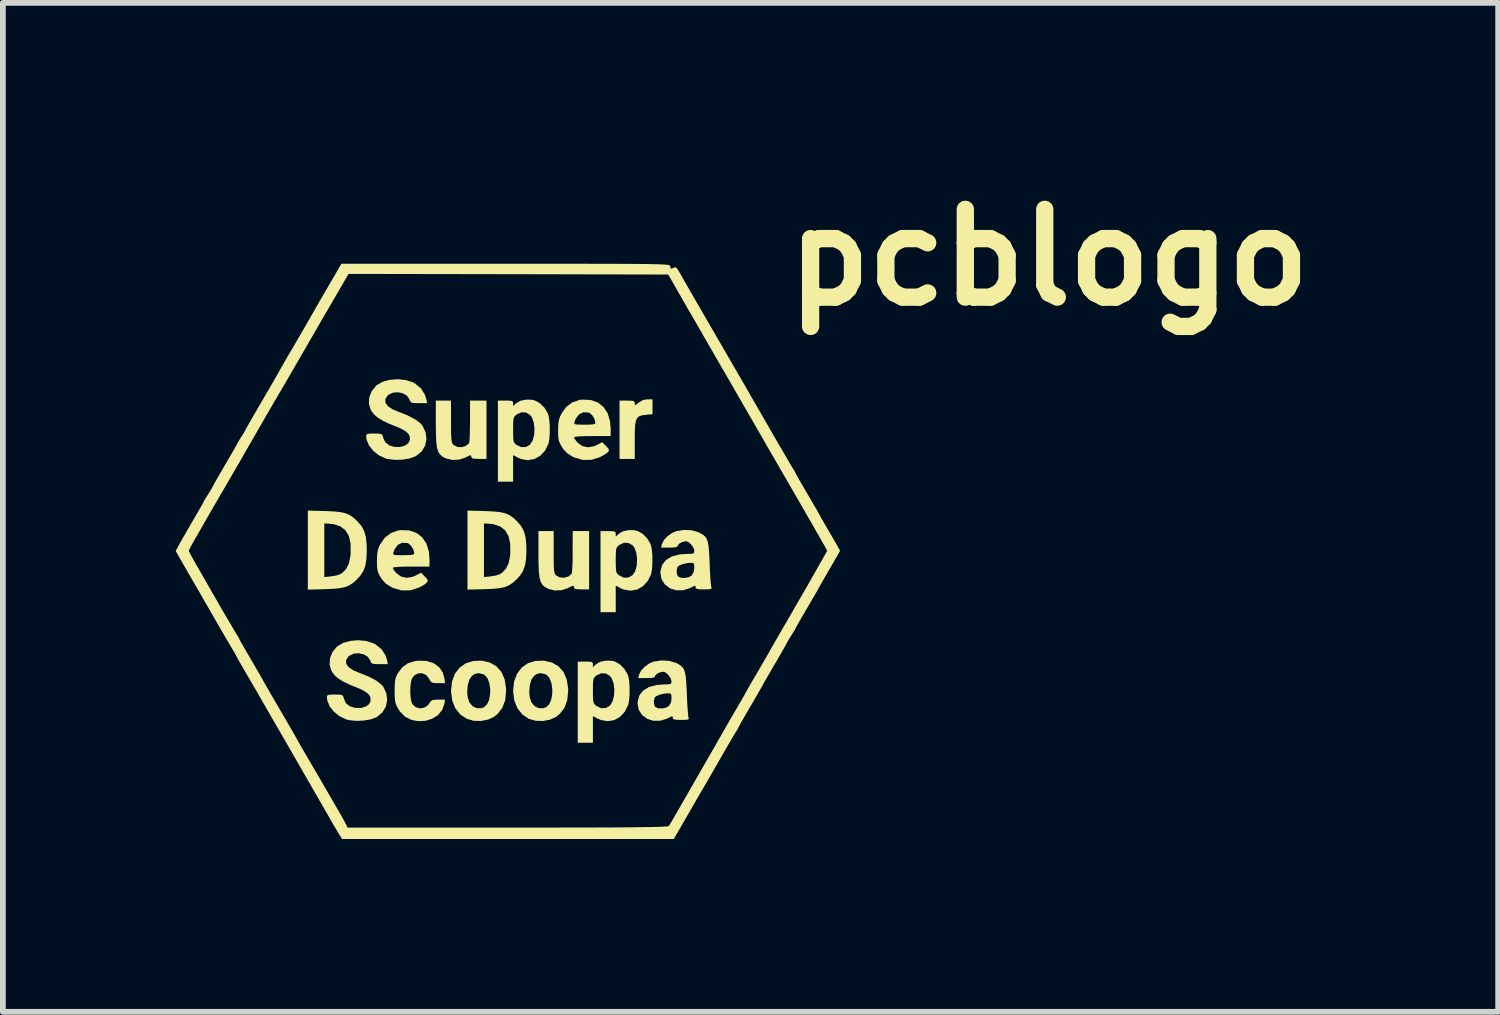
<source format=kicad_pcb>
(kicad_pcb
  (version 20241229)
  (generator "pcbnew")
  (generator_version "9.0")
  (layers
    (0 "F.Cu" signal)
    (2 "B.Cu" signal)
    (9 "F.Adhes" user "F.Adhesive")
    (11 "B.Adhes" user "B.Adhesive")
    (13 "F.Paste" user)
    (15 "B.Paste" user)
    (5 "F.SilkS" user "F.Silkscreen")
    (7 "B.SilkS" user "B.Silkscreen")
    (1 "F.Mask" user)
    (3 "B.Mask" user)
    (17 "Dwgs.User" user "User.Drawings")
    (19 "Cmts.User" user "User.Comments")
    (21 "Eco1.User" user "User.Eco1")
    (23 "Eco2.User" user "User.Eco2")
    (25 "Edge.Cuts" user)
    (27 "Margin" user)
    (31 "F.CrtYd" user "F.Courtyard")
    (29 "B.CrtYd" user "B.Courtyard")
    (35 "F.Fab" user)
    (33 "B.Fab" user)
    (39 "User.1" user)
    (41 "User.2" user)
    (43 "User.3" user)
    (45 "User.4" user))
  (footprint "pcblogo"
    (layer "F.Cu")
    (at 5.746 6.498)
    (property "Reference" "pcblogo" (at 9.41 -5.08 0) (layer "F.SilkS") (effects (font (size 1.524 1.524) (thickness 0.3))))
    (attr board_only exclude_from_pos_files exclude_from_bom)
    (fp_poly (pts (xy 2.529 -2.359) (xy 2.415 -2.348) (xy 2.347 -2.339) (xy 2.298 -2.323) (xy 2.263 -2.293) (xy 2.241 -2.245) (xy 2.228 -2.171) (xy 2.222 -2.065) (xy 2.221 -1.922) (xy 2.221 -1.911) (xy 2.221 -1.583) (xy 1.957 -1.583) (xy 1.957 -2.595) (xy 2.089 -2.595) (xy 2.163 -2.593) (xy 2.202 -2.587) (xy 2.218 -2.571) (xy 2.221 -2.549) (xy 2.223 -2.522) (xy 2.236 -2.52) (xy 2.27 -2.544) (xy 2.289 -2.56) (xy 2.37 -2.607) (xy 2.443 -2.617) (xy 2.529 -2.617)) (stroke (width 0) (type solid)) (fill yes) (layer "F.SilkS"))
    (fp_poly (pts (xy -3.15 -0.678) (xy -3.001 -0.671) (xy -2.886 -0.659) (xy -2.797 -0.639) (xy -2.723 -0.606) (xy -2.657 -0.56) (xy -2.594 -0.501) (xy -2.523 -0.419) (xy -2.475 -0.33) (xy -2.445 -0.225) (xy -2.432 -0.093) (xy -2.43 0) (xy -2.436 0.152) (xy -2.455 0.271) (xy -2.492 0.368) (xy -2.55 0.453) (xy -2.594 0.501) (xy -2.662 0.564) (xy -2.729 0.609) (xy -2.803 0.641) (xy -2.894 0.66) (xy -3.011 0.672) (xy -3.15 0.678) (xy -3.453 0.686) (xy -3.453 -0.462) (xy -3.167 -0.462) (xy -3.167 0.468) (xy -3.042 0.455) (xy -2.957 0.44) (xy -2.885 0.415) (xy -2.86 0.4) (xy -2.788 0.327) (xy -2.74 0.231) (xy -2.714 0.105) (xy -2.71 0.053) (xy -2.711 -0.113) (xy -2.741 -0.244) (xy -2.8 -0.344) (xy -2.888 -0.412) (xy -3.007 -0.451) (xy -3.117 -0.461) (xy -3.167 -0.462) (xy -3.453 -0.462) (xy -3.453 -0.686)) (stroke (width 0) (type solid)) (fill yes) (layer "F.SilkS"))
    (fp_poly (pts (xy -0.968 -2.232) (xy -0.967 -2.097) (xy -0.966 -1.998) (xy -0.962 -1.93) (xy -0.955 -1.884) (xy -0.945 -1.854) (xy -0.931 -1.833) (xy -0.924 -1.825) (xy -0.861 -1.791) (xy -0.785 -1.786) (xy -0.71 -1.808) (xy -0.655 -1.855) (xy -0.655 -1.856) (xy -0.649 -1.885) (xy -0.644 -1.951) (xy -0.641 -2.044) (xy -0.639 -2.157) (xy -0.638 -2.238) (xy -0.638 -2.595) (xy -0.352 -2.595) (xy -0.352 -1.583) (xy -0.484 -1.583) (xy -0.56 -1.586) (xy -0.602 -1.595) (xy -0.615 -1.612) (xy -0.616 -1.616) (xy -0.619 -1.641) (xy -0.633 -1.646) (xy -0.669 -1.632) (xy -0.72 -1.605) (xy -0.827 -1.57) (xy -0.945 -1.565) (xy -1.055 -1.591) (xy -1.076 -1.6) (xy -1.126 -1.63) (xy -1.164 -1.666) (xy -1.192 -1.714) (xy -1.211 -1.78) (xy -1.223 -1.87) (xy -1.229 -1.99) (xy -1.231 -2.146) (xy -1.232 -2.193) (xy -1.232 -2.595) (xy -0.968 -2.595)) (stroke (width 0) (type solid)) (fill yes) (layer "F.SilkS"))
    (fp_poly (pts (xy -0.379 -0.678) (xy -0.23 -0.671) (xy -0.115 -0.659) (xy -0.026 -0.639) (xy 0.048 -0.606) (xy 0.114 -0.56) (xy 0.177 -0.501) (xy 0.248 -0.419) (xy 0.296 -0.33) (xy 0.326 -0.225) (xy 0.339 -0.093) (xy 0.341 0) (xy 0.335 0.152) (xy 0.315 0.271) (xy 0.279 0.368) (xy 0.221 0.453) (xy 0.177 0.501) (xy 0.109 0.564) (xy 0.042 0.609) (xy -0.032 0.641) (xy -0.123 0.66) (xy -0.24 0.672) (xy -0.379 0.678) (xy -0.682 0.686) (xy -0.682 -0.462) (xy -0.396 -0.462) (xy -0.396 0.468) (xy -0.271 0.455) (xy -0.186 0.44) (xy -0.115 0.415) (xy -0.089 0.4) (xy -0.017 0.327) (xy 0.031 0.231) (xy 0.057 0.105) (xy 0.061 0.053) (xy 0.059 -0.113) (xy 0.03 -0.244) (xy -0.029 -0.344) (xy -0.117 -0.412) (xy -0.237 -0.451) (xy -0.346 -0.461) (xy -0.396 -0.462) (xy -0.682 -0.462) (xy -0.682 -0.686)) (stroke (width 0) (type solid)) (fill yes) (layer "F.SilkS"))
    (fp_poly (pts (xy 0.814 0.033) (xy 0.814 0.168) (xy 0.816 0.267) (xy 0.819 0.335) (xy 0.826 0.381) (xy 0.836 0.411) (xy 0.85 0.432) (xy 0.858 0.44) (xy 0.92 0.474) (xy 0.996 0.479) (xy 1.071 0.457) (xy 1.126 0.41) (xy 1.127 0.409) (xy 1.132 0.38) (xy 1.137 0.315) (xy 1.141 0.221) (xy 1.143 0.108) (xy 1.143 0.027) (xy 1.144 -0.33) (xy 1.429 -0.33) (xy 1.429 0.682) (xy 1.297 0.682) (xy 1.221 0.679) (xy 1.18 0.67) (xy 1.166 0.653) (xy 1.166 0.649) (xy 1.163 0.624) (xy 1.148 0.619) (xy 1.112 0.633) (xy 1.061 0.66) (xy 0.954 0.695) (xy 0.836 0.701) (xy 0.726 0.675) (xy 0.706 0.665) (xy 0.655 0.635) (xy 0.617 0.599) (xy 0.589 0.551) (xy 0.57 0.485) (xy 0.558 0.395) (xy 0.552 0.275) (xy 0.55 0.119) (xy 0.55 0.072) (xy 0.55 -0.33) (xy 0.814 -0.33)) (stroke (width 0) (type solid)) (fill yes) (layer "F.SilkS"))
    (fp_poly (pts (xy -0.295 1.951) (xy -0.18 2.017) (xy -0.093 2.115) (xy -0.037 2.243) (xy -0.013 2.399) (xy -0.012 2.441) (xy -0.027 2.602) (xy -0.075 2.734) (xy -0.156 2.841) (xy -0.217 2.891) (xy -0.323 2.942) (xy -0.449 2.966) (xy -0.578 2.962) (xy -0.694 2.928) (xy -0.694 2.928) (xy -0.808 2.852) (xy -0.894 2.744) (xy -0.947 2.61) (xy -0.967 2.458) (xy -0.687 2.458) (xy -0.68 2.549) (xy -0.65 2.642) (xy -0.595 2.708) (xy -0.522 2.744) (xy -0.441 2.744) (xy -0.393 2.725) (xy -0.341 2.675) (xy -0.306 2.597) (xy -0.289 2.502) (xy -0.288 2.401) (xy -0.304 2.304) (xy -0.336 2.222) (xy -0.384 2.167) (xy -0.407 2.155) (xy -0.489 2.135) (xy -0.554 2.148) (xy -0.604 2.183) (xy -0.649 2.247) (xy -0.678 2.343) (xy -0.687 2.458) (xy -0.967 2.458) (xy -0.968 2.453) (xy -0.968 2.441) (xy -0.95 2.281) (xy -0.9 2.146) (xy -0.819 2.04) (xy -0.712 1.964) (xy -0.581 1.924) (xy -0.436 1.919)) (stroke (width 0) (type solid)) (fill yes) (layer "F.SilkS"))
    (fp_poly (pts (xy 0.783 1.951) (xy 0.898 2.017) (xy 0.984 2.115) (xy 1.04 2.243) (xy 1.065 2.399) (xy 1.066 2.441) (xy 1.05 2.602) (xy 1.003 2.734) (xy 0.921 2.841) (xy 0.861 2.891) (xy 0.755 2.942) (xy 0.629 2.966) (xy 0.5 2.962) (xy 0.383 2.928) (xy 0.383 2.928) (xy 0.269 2.852) (xy 0.184 2.744) (xy 0.13 2.61) (xy 0.111 2.458) (xy 0.39 2.458) (xy 0.397 2.549) (xy 0.427 2.642) (xy 0.483 2.708) (xy 0.555 2.744) (xy 0.637 2.744) (xy 0.685 2.725) (xy 0.737 2.675) (xy 0.771 2.597) (xy 0.789 2.502) (xy 0.789 2.401) (xy 0.774 2.304) (xy 0.741 2.222) (xy 0.693 2.167) (xy 0.67 2.155) (xy 0.589 2.135) (xy 0.523 2.148) (xy 0.473 2.183) (xy 0.428 2.247) (xy 0.4 2.343) (xy 0.39 2.458) (xy 0.111 2.458) (xy 0.11 2.453) (xy 0.11 2.441) (xy 0.127 2.281) (xy 0.178 2.146) (xy 0.258 2.04) (xy 0.366 1.964) (xy 0.496 1.924) (xy 0.641 1.919)) (stroke (width 0) (type solid)) (fill yes) (layer "F.SilkS"))
    (fp_poly (pts (xy -1.39 1.925) (xy -1.27 1.963) (xy -1.175 2.031) (xy -1.111 2.125) (xy -1.083 2.222) (xy -1.072 2.309) (xy -1.192 2.309) (xy -1.262 2.307) (xy -1.302 2.297) (xy -1.327 2.272) (xy -1.348 2.233) (xy -1.398 2.169) (xy -1.466 2.138) (xy -1.538 2.139) (xy -1.604 2.174) (xy -1.646 2.229) (xy -1.664 2.294) (xy -1.674 2.383) (xy -1.675 2.482) (xy -1.667 2.575) (xy -1.651 2.648) (xy -1.64 2.673) (xy -1.582 2.726) (xy -1.508 2.747) (xy -1.433 2.735) (xy -1.368 2.691) (xy -1.345 2.66) (xy -1.32 2.622) (xy -1.288 2.603) (xy -1.236 2.596) (xy -1.19 2.595) (xy -1.072 2.595) (xy -1.084 2.672) (xy -1.122 2.776) (xy -1.193 2.862) (xy -1.291 2.925) (xy -1.408 2.962) (xy -1.535 2.969) (xy -1.651 2.948) (xy -1.762 2.894) (xy -1.851 2.805) (xy -1.887 2.751) (xy -1.915 2.698) (xy -1.933 2.649) (xy -1.942 2.59) (xy -1.946 2.508) (xy -1.946 2.441) (xy -1.945 2.339) (xy -1.939 2.268) (xy -1.927 2.214) (xy -1.906 2.165) (xy -1.886 2.13) (xy -1.809 2.029) (xy -1.714 1.963) (xy -1.592 1.926) (xy -1.529 1.919)) (stroke (width 0) (type solid)) (fill yes) (layer "F.SilkS"))
    (fp_poly (pts (xy 0.432 -2.61) (xy 0.491 -2.596) (xy 0.577 -2.548) (xy 0.654 -2.471) (xy 0.71 -2.377) (xy 0.724 -2.337) (xy 0.739 -2.256) (xy 0.746 -2.151) (xy 0.746 -2.039) (xy 0.739 -1.935) (xy 0.726 -1.856) (xy 0.723 -1.845) (xy 0.664 -1.726) (xy 0.58 -1.637) (xy 0.479 -1.581) (xy 0.367 -1.561) (xy 0.251 -1.58) (xy 0.192 -1.605) (xy 0.11 -1.649) (xy 0.11 -1.188) (xy -0.154 -1.188) (xy -0.154 -2.089) (xy 0.11 -2.089) (xy 0.111 -1.989) (xy 0.114 -1.923) (xy 0.122 -1.882) (xy 0.137 -1.854) (xy 0.162 -1.832) (xy 0.168 -1.827) (xy 0.248 -1.788) (xy 0.329 -1.788) (xy 0.401 -1.829) (xy 0.406 -1.834) (xy 0.45 -1.905) (xy 0.475 -2.001) (xy 0.481 -2.109) (xy 0.468 -2.215) (xy 0.436 -2.304) (xy 0.406 -2.345) (xy 0.335 -2.388) (xy 0.254 -2.392) (xy 0.174 -2.356) (xy 0.168 -2.351) (xy 0.141 -2.328) (xy 0.124 -2.302) (xy 0.115 -2.264) (xy 0.111 -2.204) (xy 0.11 -2.111) (xy 0.11 -2.089) (xy -0.154 -2.089) (xy -0.154 -2.595) (xy -0.022 -2.595) (xy 0.051 -2.594) (xy 0.091 -2.587) (xy 0.107 -2.571) (xy 0.11 -2.547) (xy 0.11 -2.499) (xy 0.164 -2.55) (xy 0.235 -2.591) (xy 0.33 -2.612)) (stroke (width 0) (type solid)) (fill yes) (layer "F.SilkS"))
    (fp_poly (pts (xy 1.818 1.92) (xy 1.877 1.934) (xy 1.962 1.982) (xy 2.039 2.06) (xy 2.096 2.153) (xy 2.11 2.193) (xy 2.124 2.274) (xy 2.131 2.379) (xy 2.131 2.491) (xy 2.125 2.595) (xy 2.111 2.674) (xy 2.108 2.685) (xy 2.049 2.804) (xy 1.966 2.894) (xy 1.865 2.95) (xy 1.753 2.97) (xy 1.636 2.95) (xy 1.578 2.925) (xy 1.495 2.881) (xy 1.495 3.343) (xy 1.232 3.343) (xy 1.232 2.441) (xy 1.495 2.441) (xy 1.496 2.541) (xy 1.499 2.607) (xy 1.508 2.648) (xy 1.523 2.676) (xy 1.548 2.699) (xy 1.553 2.703) (xy 1.633 2.743) (xy 1.714 2.742) (xy 1.787 2.702) (xy 1.792 2.697) (xy 1.836 2.626) (xy 1.861 2.529) (xy 1.867 2.421) (xy 1.854 2.315) (xy 1.822 2.227) (xy 1.792 2.185) (xy 1.72 2.142) (xy 1.639 2.138) (xy 1.559 2.174) (xy 1.553 2.179) (xy 1.527 2.202) (xy 1.51 2.228) (xy 1.5 2.266) (xy 1.496 2.326) (xy 1.495 2.419) (xy 1.495 2.441) (xy 1.232 2.441) (xy 1.232 1.935) (xy 1.363 1.935) (xy 1.437 1.937) (xy 1.477 1.943) (xy 1.493 1.959) (xy 1.495 1.983) (xy 1.495 2.031) (xy 1.549 1.981) (xy 1.62 1.939) (xy 1.715 1.918)) (stroke (width 0) (type solid)) (fill yes) (layer "F.SilkS"))
    (fp_poly (pts (xy 2.213 -0.345) (xy 2.272 -0.331) (xy 2.358 -0.283) (xy 2.435 -0.206) (xy 2.492 -0.112) (xy 2.506 -0.072) (xy 2.52 0.009) (xy 2.527 0.114) (xy 2.527 0.226) (xy 2.521 0.33) (xy 2.507 0.409) (xy 2.504 0.42) (xy 2.445 0.539) (xy 2.362 0.628) (xy 2.261 0.685) (xy 2.148 0.704) (xy 2.032 0.685) (xy 1.973 0.66) (xy 1.891 0.616) (xy 1.891 1.078) (xy 1.627 1.078) (xy 1.627 0.176) (xy 1.891 0.176) (xy 1.892 0.276) (xy 1.895 0.342) (xy 1.903 0.383) (xy 1.919 0.411) (xy 1.943 0.434) (xy 1.949 0.438) (xy 2.029 0.478) (xy 2.11 0.477) (xy 2.182 0.436) (xy 2.187 0.432) (xy 2.231 0.361) (xy 2.256 0.264) (xy 2.262 0.156) (xy 2.249 0.05) (xy 2.217 -0.039) (xy 2.187 -0.08) (xy 2.116 -0.123) (xy 2.035 -0.127) (xy 1.955 -0.091) (xy 1.949 -0.086) (xy 1.923 -0.063) (xy 1.906 -0.037) (xy 1.896 0.001) (xy 1.892 0.061) (xy 1.891 0.154) (xy 1.891 0.176) (xy 1.627 0.176) (xy 1.627 -0.33) (xy 1.759 -0.33) (xy 1.833 -0.328) (xy 1.872 -0.322) (xy 1.888 -0.306) (xy 1.891 -0.282) (xy 1.891 -0.234) (xy 1.945 -0.285) (xy 2.016 -0.326) (xy 2.111 -0.347)) (stroke (width 0) (type solid)) (fill yes) (layer "F.SilkS"))
    (fp_poly (pts (xy -1.69 -0.341) (xy -1.566 -0.298) (xy -1.467 -0.221) (xy -1.395 -0.112) (xy -1.352 0.026) (xy -1.341 0.157) (xy -1.341 0.286) (xy -1.66 0.286) (xy -1.789 0.287) (xy -1.888 0.291) (xy -1.953 0.298) (xy -1.979 0.306) (xy -1.979 0.308) (xy -1.966 0.336) (xy -1.932 0.382) (xy -1.919 0.397) (xy -1.837 0.458) (xy -1.739 0.481) (xy -1.633 0.464) (xy -1.581 0.441) (xy -1.488 0.393) (xy -1.422 0.459) (xy -1.382 0.503) (xy -1.371 0.532) (xy -1.384 0.559) (xy -1.387 0.563) (xy -1.424 0.594) (xy -1.486 0.631) (xy -1.528 0.652) (xy -1.675 0.698) (xy -1.824 0.7) (xy -1.97 0.658) (xy -2.003 0.643) (xy -2.094 0.586) (xy -2.161 0.515) (xy -2.188 0.475) (xy -2.222 0.414) (xy -2.242 0.36) (xy -2.251 0.298) (xy -2.254 0.21) (xy -2.254 0.188) (xy -2.251 0.087) (xy -2.248 0.062) (xy -1.973 0.062) (xy -1.966 0.077) (xy -1.939 0.085) (xy -1.883 0.088) (xy -1.794 0.088) (xy -1.7 0.087) (xy -1.643 0.082) (xy -1.614 0.072) (xy -1.605 0.056) (xy -1.605 0.054) (xy -1.621 -0.009) (xy -1.658 -0.071) (xy -1.707 -0.115) (xy -1.727 -0.123) (xy -1.817 -0.127) (xy -1.891 -0.091) (xy -1.946 -0.016) (xy -1.967 0.038) (xy -1.973 0.062) (xy -2.248 0.062) (xy -2.241 0.012) (xy -2.22 -0.052) (xy -2.198 -0.099) (xy -2.116 -0.217) (xy -2.009 -0.298) (xy -1.881 -0.342) (xy -1.836 -0.347)) (stroke (width 0) (type solid)) (fill yes) (layer "F.SilkS"))
    (fp_poly (pts (xy 1.455 -2.606) (xy 1.579 -2.563) (xy 1.678 -2.486) (xy 1.75 -2.377) (xy 1.792 -2.239) (xy 1.803 -2.108) (xy 1.803 -1.979) (xy 1.484 -1.979) (xy 1.356 -1.978) (xy 1.257 -1.974) (xy 1.192 -1.967) (xy 1.166 -1.959) (xy 1.166 -1.958) (xy 1.179 -1.929) (xy 1.213 -1.883) (xy 1.226 -1.868) (xy 1.308 -1.807) (xy 1.405 -1.784) (xy 1.512 -1.802) (xy 1.564 -1.824) (xy 1.656 -1.872) (xy 1.723 -1.806) (xy 1.763 -1.762) (xy 1.774 -1.733) (xy 1.761 -1.706) (xy 1.758 -1.702) (xy 1.72 -1.672) (xy 1.659 -1.635) (xy 1.616 -1.613) (xy 1.469 -1.567) (xy 1.321 -1.565) (xy 1.174 -1.607) (xy 1.142 -1.622) (xy 1.051 -1.679) (xy 0.983 -1.75) (xy 0.957 -1.791) (xy 0.923 -1.851) (xy 0.903 -1.905) (xy 0.893 -1.967) (xy 0.891 -2.055) (xy 0.891 -2.077) (xy 0.893 -2.178) (xy 0.897 -2.203) (xy 1.172 -2.203) (xy 1.179 -2.188) (xy 1.206 -2.181) (xy 1.261 -2.178) (xy 1.351 -2.177) (xy 1.444 -2.178) (xy 1.502 -2.183) (xy 1.531 -2.193) (xy 1.539 -2.209) (xy 1.539 -2.211) (xy 1.524 -2.274) (xy 1.486 -2.336) (xy 1.438 -2.38) (xy 1.418 -2.388) (xy 1.327 -2.392) (xy 1.254 -2.356) (xy 1.198 -2.282) (xy 1.177 -2.227) (xy 1.172 -2.203) (xy 0.897 -2.203) (xy 0.903 -2.253) (xy 0.924 -2.317) (xy 0.947 -2.364) (xy 1.029 -2.482) (xy 1.136 -2.563) (xy 1.264 -2.607) (xy 1.308 -2.612)) (stroke (width 0) (type solid)) (fill yes) (layer "F.SilkS"))
    (fp_poly (pts (xy -2.441 1.577) (xy -2.317 1.616) (xy -2.28 1.635) (xy -2.174 1.72) (xy -2.103 1.83) (xy -2.079 1.908) (xy -2.064 1.979) (xy -2.206 1.979) (xy -2.283 1.978) (xy -2.328 1.972) (xy -2.352 1.956) (xy -2.368 1.925) (xy -2.372 1.912) (xy -2.415 1.849) (xy -2.485 1.808) (xy -2.57 1.79) (xy -2.656 1.797) (xy -2.732 1.833) (xy -2.75 1.848) (xy -2.79 1.911) (xy -2.787 1.973) (xy -2.743 2.033) (xy -2.661 2.088) (xy -2.577 2.123) (xy -2.399 2.194) (xy -2.265 2.265) (xy -2.174 2.336) (xy -2.143 2.372) (xy -2.09 2.488) (xy -2.076 2.606) (xy -2.1 2.718) (xy -2.16 2.818) (xy -2.254 2.896) (xy -2.264 2.901) (xy -2.362 2.938) (xy -2.485 2.959) (xy -2.616 2.964) (xy -2.738 2.951) (xy -2.788 2.938) (xy -2.904 2.883) (xy -3.002 2.804) (xy -3.076 2.71) (xy -3.116 2.608) (xy -3.122 2.556) (xy -3.119 2.53) (xy -3.103 2.515) (xy -3.063 2.508) (xy -2.99 2.507) (xy -2.983 2.507) (xy -2.906 2.508) (xy -2.863 2.514) (xy -2.842 2.53) (xy -2.832 2.56) (xy -2.829 2.572) (xy -2.793 2.656) (xy -2.722 2.712) (xy -2.633 2.738) (xy -2.533 2.74) (xy -2.451 2.717) (xy -2.392 2.675) (xy -2.363 2.618) (xy -2.368 2.552) (xy -2.392 2.509) (xy -2.436 2.47) (xy -2.504 2.429) (xy -2.564 2.402) (xy -2.716 2.34) (xy -2.832 2.285) (xy -2.918 2.233) (xy -2.981 2.18) (xy -3.027 2.122) (xy -3.047 2.087) (xy -3.076 1.986) (xy -3.068 1.877) (xy -3.026 1.771) (xy -2.952 1.68) (xy -2.94 1.669) (xy -2.84 1.611) (xy -2.715 1.576) (xy -2.577 1.564)) (stroke (width 0) (type solid)) (fill yes) (layer "F.SilkS"))
    (fp_poly (pts (xy -1.759 -2.953) (xy -1.636 -2.915) (xy -1.598 -2.895) (xy -1.492 -2.81) (xy -1.422 -2.7) (xy -1.397 -2.622) (xy -1.382 -2.551) (xy -1.524 -2.551) (xy -1.602 -2.552) (xy -1.647 -2.558) (xy -1.671 -2.575) (xy -1.686 -2.605) (xy -1.69 -2.618) (xy -1.733 -2.681) (xy -1.804 -2.722) (xy -1.888 -2.74) (xy -1.974 -2.733) (xy -2.05 -2.698) (xy -2.068 -2.682) (xy -2.108 -2.62) (xy -2.105 -2.557) (xy -2.062 -2.497) (xy -1.979 -2.442) (xy -1.895 -2.407) (xy -1.717 -2.336) (xy -1.583 -2.265) (xy -1.492 -2.195) (xy -1.462 -2.158) (xy -1.408 -2.042) (xy -1.394 -1.924) (xy -1.418 -1.812) (xy -1.478 -1.712) (xy -1.572 -1.635) (xy -1.582 -1.629) (xy -1.68 -1.592) (xy -1.804 -1.571) (xy -1.935 -1.566) (xy -2.057 -1.58) (xy -2.106 -1.592) (xy -2.222 -1.647) (xy -2.321 -1.726) (xy -2.394 -1.821) (xy -2.435 -1.922) (xy -2.441 -1.974) (xy -2.437 -2.001) (xy -2.421 -2.015) (xy -2.381 -2.022) (xy -2.308 -2.023) (xy -2.301 -2.023) (xy -2.225 -2.022) (xy -2.182 -2.016) (xy -2.16 -2) (xy -2.15 -1.97) (xy -2.148 -1.958) (xy -2.111 -1.874) (xy -2.04 -1.818) (xy -1.952 -1.792) (xy -1.851 -1.79) (xy -1.769 -1.813) (xy -1.71 -1.855) (xy -1.681 -1.912) (xy -1.686 -1.978) (xy -1.71 -2.022) (xy -1.754 -2.06) (xy -1.823 -2.102) (xy -1.882 -2.129) (xy -2.034 -2.19) (xy -2.15 -2.245) (xy -2.236 -2.297) (xy -2.299 -2.35) (xy -2.345 -2.408) (xy -2.365 -2.443) (xy -2.394 -2.544) (xy -2.386 -2.653) (xy -2.344 -2.759) (xy -2.271 -2.85) (xy -2.258 -2.862) (xy -2.158 -2.92) (xy -2.033 -2.955) (xy -1.896 -2.966)) (stroke (width 0) (type solid)) (fill yes) (layer "F.SilkS"))
    (fp_poly (pts (xy 2.815 1.922) (xy 2.932 1.956) (xy 2.938 1.958) (xy 2.996 1.989) (xy 3.039 2.021) (xy 3.07 2.062) (xy 3.092 2.119) (xy 3.107 2.198) (xy 3.116 2.305) (xy 3.123 2.448) (xy 3.125 2.496) (xy 3.13 2.622) (xy 3.137 2.735) (xy 3.144 2.826) (xy 3.15 2.887) (xy 3.155 2.908) (xy 3.159 2.929) (xy 3.145 2.941) (xy 3.103 2.946) (xy 3.026 2.947) (xy 2.945 2.945) (xy 2.9 2.937) (xy 2.882 2.922) (xy 2.881 2.914) (xy 2.88 2.891) (xy 2.87 2.884) (xy 2.842 2.895) (xy 2.785 2.923) (xy 2.782 2.925) (xy 2.665 2.962) (xy 2.543 2.962) (xy 2.441 2.93) (xy 2.347 2.861) (xy 2.289 2.769) (xy 2.27 2.659) (xy 2.271 2.629) (xy 2.277 2.609) (xy 2.553 2.609) (xy 2.555 2.672) (xy 2.575 2.72) (xy 2.577 2.723) (xy 2.626 2.745) (xy 2.695 2.748) (xy 2.765 2.734) (xy 2.815 2.705) (xy 2.852 2.637) (xy 2.859 2.573) (xy 2.856 2.516) (xy 2.842 2.491) (xy 2.808 2.485) (xy 2.798 2.485) (xy 2.724 2.492) (xy 2.65 2.511) (xy 2.592 2.537) (xy 2.569 2.556) (xy 2.553 2.609) (xy 2.277 2.609) (xy 2.301 2.522) (xy 2.368 2.437) (xy 2.468 2.376) (xy 2.601 2.341) (xy 2.732 2.331) (xy 2.804 2.33) (xy 2.841 2.323) (xy 2.856 2.306) (xy 2.859 2.275) (xy 2.843 2.222) (xy 2.805 2.167) (xy 2.757 2.125) (xy 2.718 2.111) (xy 2.66 2.121) (xy 2.607 2.146) (xy 2.576 2.177) (xy 2.573 2.188) (xy 2.564 2.206) (xy 2.531 2.217) (xy 2.467 2.221) (xy 2.428 2.221) (xy 2.282 2.221) (xy 2.296 2.161) (xy 2.33 2.093) (xy 2.393 2.025) (xy 2.472 1.968) (xy 2.543 1.937) (xy 2.68 1.915)) (stroke (width 0) (type solid)) (fill yes) (layer "F.SilkS"))
    (fp_poly (pts (xy 3.211 -0.344) (xy 3.328 -0.31) (xy 3.334 -0.307) (xy 3.391 -0.276) (xy 3.435 -0.244) (xy 3.466 -0.203) (xy 3.488 -0.146) (xy 3.502 -0.067) (xy 3.512 0.04) (xy 3.519 0.183) (xy 3.521 0.231) (xy 3.526 0.357) (xy 3.532 0.47) (xy 3.539 0.561) (xy 3.546 0.622) (xy 3.551 0.643) (xy 3.555 0.664) (xy 3.541 0.675) (xy 3.499 0.681) (xy 3.422 0.682) (xy 3.341 0.68) (xy 3.296 0.672) (xy 3.278 0.657) (xy 3.277 0.649) (xy 3.276 0.626) (xy 3.266 0.619) (xy 3.238 0.629) (xy 3.181 0.658) (xy 3.178 0.66) (xy 3.061 0.697) (xy 2.939 0.697) (xy 2.837 0.665) (xy 2.743 0.596) (xy 2.685 0.504) (xy 2.666 0.393) (xy 2.667 0.364) (xy 2.673 0.344) (xy 2.949 0.344) (xy 2.951 0.407) (xy 2.971 0.455) (xy 2.973 0.457) (xy 3.022 0.48) (xy 3.091 0.483) (xy 3.16 0.469) (xy 3.211 0.44) (xy 3.247 0.372) (xy 3.255 0.308) (xy 3.252 0.251) (xy 3.238 0.226) (xy 3.204 0.22) (xy 3.194 0.22) (xy 3.12 0.227) (xy 3.046 0.246) (xy 2.988 0.271) (xy 2.965 0.291) (xy 2.949 0.344) (xy 2.673 0.344) (xy 2.697 0.257) (xy 2.763 0.172) (xy 2.864 0.111) (xy 2.997 0.075) (xy 3.128 0.066) (xy 3.199 0.065) (xy 3.237 0.058) (xy 3.252 0.041) (xy 3.255 0.01) (xy 3.239 -0.043) (xy 3.201 -0.098) (xy 3.153 -0.14) (xy 3.114 -0.154) (xy 3.056 -0.144) (xy 3.003 -0.119) (xy 2.972 -0.089) (xy 2.969 -0.078) (xy 2.96 -0.059) (xy 2.927 -0.048) (xy 2.863 -0.044) (xy 2.824 -0.044) (xy 2.678 -0.044) (xy 2.692 -0.104) (xy 2.726 -0.172) (xy 2.789 -0.241) (xy 2.868 -0.297) (xy 2.939 -0.328) (xy 3.075 -0.35)) (stroke (width 0) (type solid)) (fill yes) (layer "F.SilkS"))
    (fp_poly (pts (xy 0.395 -4.97) (xy 0.766 -4.97) (xy 1.097 -4.97) (xy 1.391 -4.97) (xy 1.649 -4.969) (xy 1.875 -4.969) (xy 2.07 -4.968) (xy 2.237 -4.967) (xy 2.378 -4.966) (xy 2.495 -4.964) (xy 2.59 -4.962) (xy 2.665 -4.96) (xy 2.724 -4.957) (xy 2.767 -4.954) (xy 2.798 -4.95) (xy 2.818 -4.946) (xy 2.829 -4.941) (xy 2.835 -4.936) (xy 2.837 -4.93) (xy 2.837 -4.926) (xy 2.842 -4.89) (xy 2.864 -4.886) (xy 2.901 -4.903) (xy 2.929 -4.909) (xy 2.955 -4.89) (xy 2.988 -4.837) (xy 2.991 -4.832) (xy 3.015 -4.79) (xy 3.057 -4.715) (xy 3.116 -4.614) (xy 3.186 -4.491) (xy 3.266 -4.352) (xy 3.353 -4.203) (xy 3.386 -4.145) (xy 3.738 -3.537) (xy 4.095 -2.921) (xy 4.444 -2.315) (xy 4.625 -2.001) (xy 4.705 -1.863) (xy 4.78 -1.733) (xy 4.848 -1.617) (xy 4.903 -1.523) (xy 4.943 -1.455) (xy 4.962 -1.424) (xy 4.994 -1.373) (xy 5.012 -1.339) (xy 5.014 -1.333) (xy 5.025 -1.312) (xy 5.054 -1.26) (xy 5.099 -1.181) (xy 5.156 -1.083) (xy 5.221 -0.971) (xy 5.223 -0.968) (xy 5.288 -0.856) (xy 5.346 -0.757) (xy 5.391 -0.679) (xy 5.421 -0.626) (xy 5.432 -0.605) (xy 5.432 -0.605) (xy 5.442 -0.585) (xy 5.471 -0.533) (xy 5.515 -0.457) (xy 5.57 -0.363) (xy 5.608 -0.298) (xy 5.668 -0.196) (xy 5.719 -0.107) (xy 5.757 -0.039) (xy 5.78 0.002) (xy 5.784 0.011) (xy 5.773 0.032) (xy 5.744 0.084) (xy 5.7 0.161) (xy 5.645 0.256) (xy 5.608 0.32) (xy 5.548 0.423) (xy 5.497 0.511) (xy 5.458 0.578) (xy 5.436 0.619) (xy 5.432 0.627) (xy 5.421 0.647) (xy 5.392 0.699) (xy 5.347 0.777) (xy 5.29 0.874) (xy 5.225 0.986) (xy 5.223 0.99) (xy 5.157 1.102) (xy 5.1 1.2) (xy 5.055 1.279) (xy 5.025 1.333) (xy 5.014 1.354) (xy 5.014 1.354) (xy 5.003 1.376) (xy 4.975 1.423) (xy 4.937 1.483) (xy 4.898 1.546) (xy 4.87 1.593) (xy 4.86 1.613) (xy 4.849 1.634) (xy 4.82 1.687) (xy 4.775 1.766) (xy 4.718 1.864) (xy 4.653 1.976) (xy 4.651 1.979) (xy 4.586 2.091) (xy 4.529 2.19) (xy 4.483 2.268) (xy 4.453 2.321) (xy 4.442 2.342) (xy 4.442 2.342) (xy 4.432 2.362) (xy 4.402 2.414) (xy 4.357 2.492) (xy 4.301 2.59) (xy 4.235 2.702) (xy 4.233 2.705) (xy 4.168 2.817) (xy 4.111 2.916) (xy 4.065 2.995) (xy 4.036 3.049) (xy 4.024 3.07) (xy 4.024 3.071) (xy 4.014 3.093) (xy 3.987 3.139) (xy 3.972 3.162) (xy 3.945 3.207) (xy 3.901 3.282) (xy 3.843 3.38) (xy 3.777 3.494) (xy 3.707 3.616) (xy 3.706 3.618) (xy 3.634 3.743) (xy 3.565 3.864) (xy 3.503 3.971) (xy 3.453 4.058) (xy 3.421 4.112) (xy 3.388 4.169) (xy 3.337 4.256) (xy 3.274 4.365) (xy 3.204 4.487) (xy 3.13 4.614) (xy 3.125 4.624) (xy 2.899 5.014) (xy -2.858 5.014) (xy -2.91 4.932) (xy -2.942 4.879) (xy -2.989 4.8) (xy -3.045 4.705) (xy -3.094 4.618) (xy -3.185 4.46) (xy -3.293 4.272) (xy -3.413 4.063) (xy -3.541 3.841) (xy -3.671 3.615) (xy -3.798 3.394) (xy -3.918 3.186) (xy -4.026 2.999) (xy -4.101 2.87) (xy -4.158 2.771) (xy -4.213 2.675) (xy -4.259 2.595) (xy -4.283 2.553) (xy -4.313 2.5) (xy -4.361 2.418) (xy -4.419 2.318) (xy -4.483 2.208) (xy -4.511 2.161) (xy -4.57 2.059) (xy -4.621 1.971) (xy -4.659 1.905) (xy -4.681 1.865) (xy -4.684 1.858) (xy -4.695 1.837) (xy -4.722 1.788) (xy -4.762 1.719) (xy -4.782 1.686) (xy -4.83 1.604) (xy -4.892 1.498) (xy -4.963 1.376) (xy -5.037 1.248) (xy -5.11 1.122) (xy -5.175 1.008) (xy -5.229 0.915) (xy -5.262 0.858) (xy -5.288 0.811) (xy -5.332 0.735) (xy -5.387 0.64) (xy -5.448 0.536) (xy -5.465 0.506) (xy -5.528 0.397) (xy -5.589 0.291) (xy -5.642 0.199) (xy -5.679 0.133) (xy -5.685 0.123) (xy -5.746 0.014) (xy -5.744 0.011) (xy -5.52 0.011) (xy -5.509 0.035) (xy -5.481 0.089) (xy -5.439 0.166) (xy -5.388 0.256) (xy -5.385 0.261) (xy -5.328 0.36) (xy -5.275 0.452) (xy -5.232 0.527) (xy -5.206 0.572) (xy -5.158 0.657) (xy -5.097 0.763) (xy -5.029 0.881) (xy -4.958 1.005) (xy -4.887 1.127) (xy -4.82 1.24) (xy -4.763 1.337) (xy -4.719 1.411) (xy -4.693 1.455) (xy -4.692 1.456) (xy -4.661 1.508) (xy -4.642 1.542) (xy -4.64 1.548) (xy -4.63 1.569) (xy -4.6 1.621) (xy -4.555 1.7) (xy -4.498 1.798) (xy -4.433 1.91) (xy -4.431 1.913) (xy -4.366 2.025) (xy -4.309 2.124) (xy -4.263 2.202) (xy -4.234 2.255) (xy -4.222 2.276) (xy -4.222 2.276) (xy -4.212 2.296) (xy -4.182 2.348) (xy -4.135 2.429) (xy -4.076 2.532) (xy -4.005 2.653) (xy -3.936 2.771) (xy -3.859 2.903) (xy -3.79 3.022) (xy -3.732 3.123) (xy -3.687 3.201) (xy -3.659 3.25) (xy -3.651 3.266) (xy -3.64 3.286) (xy -3.611 3.337) (xy -3.567 3.414) (xy -3.512 3.508) (xy -3.472 3.577) (xy -3.384 3.728) (xy -3.29 3.888) (xy -3.189 4.063) (xy -3.074 4.26) (xy -2.943 4.487) (xy -2.899 4.563) (xy -2.856 4.639) (xy -2.816 4.712) (xy -2.799 4.745) (xy -2.763 4.816) (xy 0.012 4.816) (xy 0.435 4.816) (xy 0.816 4.816) (xy 1.156 4.815) (xy 1.459 4.815) (xy 1.725 4.814) (xy 1.956 4.813) (xy 2.156 4.811) (xy 2.324 4.809) (xy 2.464 4.807) (xy 2.578 4.805) (xy 2.666 4.802) (xy 2.732 4.799) (xy 2.776 4.796) (xy 2.802 4.792) (xy 2.81 4.789) (xy 2.832 4.757) (xy 2.868 4.699) (xy 2.91 4.626) (xy 2.915 4.618) (xy 2.954 4.549) (xy 2.989 4.489) (xy 3.022 4.431) (xy 3.057 4.37) (xy 3.097 4.3) (xy 3.146 4.215) (xy 3.206 4.11) (xy 3.282 3.978) (xy 3.376 3.814) (xy 3.379 3.809) (xy 3.461 3.666) (xy 3.539 3.531) (xy 3.609 3.41) (xy 3.667 3.308) (xy 3.71 3.233) (xy 3.733 3.191) (xy 3.764 3.138) (xy 3.811 3.056) (xy 3.869 2.955) (xy 3.933 2.845) (xy 3.961 2.798) (xy 4.02 2.697) (xy 4.071 2.609) (xy 4.109 2.543) (xy 4.131 2.504) (xy 4.134 2.496) (xy 4.145 2.476) (xy 4.174 2.425) (xy 4.218 2.348) (xy 4.272 2.254) (xy 4.308 2.194) (xy 4.373 2.083) (xy 4.434 1.977) (xy 4.487 1.886) (xy 4.525 1.819) (xy 4.536 1.801) (xy 4.566 1.747) (xy 4.613 1.665) (xy 4.671 1.564) (xy 4.734 1.455) (xy 4.757 1.415) (xy 4.82 1.307) (xy 4.877 1.207) (xy 4.926 1.124) (xy 4.959 1.066) (xy 4.967 1.052) (xy 4.999 0.995) (xy 5.044 0.918) (xy 5.092 0.836) (xy 5.149 0.736) (xy 5.22 0.614) (xy 5.296 0.48) (xy 5.371 0.348) (xy 5.439 0.228) (xy 5.493 0.133) (xy 5.5 0.121) (xy 5.562 0.012) (xy 5.501 -0.099) (xy 5.47 -0.153) (xy 5.422 -0.238) (xy 5.361 -0.343) (xy 5.294 -0.462) (xy 5.23 -0.572) (xy 5.075 -0.841) (xy 4.94 -1.075) (xy 4.823 -1.277) (xy 4.722 -1.452) (xy 4.636 -1.601) (xy 4.563 -1.726) (xy 4.508 -1.822) (xy 4.457 -1.911) (xy 4.416 -1.983) (xy 4.395 -2.019) (xy 4.369 -2.064) (xy 4.326 -2.138) (xy 4.272 -2.233) (xy 4.211 -2.338) (xy 4.186 -2.382) (xy 4.109 -2.515) (xy 4.022 -2.665) (xy 3.936 -2.814) (xy 3.862 -2.944) (xy 3.86 -2.947) (xy 3.788 -3.071) (xy 3.71 -3.205) (xy 3.636 -3.334) (xy 3.574 -3.442) (xy 3.574 -3.442) (xy 3.518 -3.538) (xy 3.466 -3.628) (xy 3.424 -3.701) (xy 3.403 -3.739) (xy 3.376 -3.786) (xy 3.333 -3.861) (xy 3.278 -3.956) (xy 3.217 -4.061) (xy 3.2 -4.09) (xy 3.136 -4.199) (xy 3.076 -4.305) (xy 3.024 -4.396) (xy 2.986 -4.462) (xy 2.98 -4.472) (xy 2.932 -4.557) (xy 2.88 -4.648) (xy 2.861 -4.681) (xy 2.801 -4.783) (xy 0.027 -4.789) (xy -2.746 -4.794) (xy -2.871 -4.58) (xy -2.932 -4.474) (xy -2.996 -4.365) (xy -3.052 -4.268) (xy -3.079 -4.222) (xy -3.114 -4.163) (xy -3.166 -4.073) (xy -3.232 -3.959) (xy -3.307 -3.828) (xy -3.388 -3.689) (xy -3.442 -3.596) (xy -3.524 -3.453) (xy -3.604 -3.315) (xy -3.678 -3.187) (xy -3.741 -3.078) (xy -3.789 -2.995) (xy -3.811 -2.958) (xy -3.863 -2.868) (xy -3.915 -2.779) (xy -3.957 -2.708) (xy -3.959 -2.705) (xy -3.989 -2.653) (xy -4.037 -2.572) (xy -4.097 -2.468) (xy -4.166 -2.35) (xy -4.238 -2.225) (xy -4.309 -2.102) (xy -4.374 -1.989) (xy -4.429 -1.893) (xy -4.47 -1.823) (xy -4.481 -1.803) (xy -4.523 -1.73) (xy -4.583 -1.624) (xy -4.66 -1.492) (xy -4.748 -1.34) (xy -4.845 -1.173) (xy -4.947 -0.997) (xy -4.971 -0.957) (xy -5.037 -0.842) (xy -5.099 -0.736) (xy -5.152 -0.645) (xy -5.19 -0.578) (xy -5.207 -0.55) (xy -5.235 -0.5) (xy -5.279 -0.423) (xy -5.332 -0.33) (xy -5.385 -0.239) (xy -5.437 -0.148) (xy -5.479 -0.071) (xy -5.508 -0.015) (xy -5.52 0.011) (xy -5.52 0.011) (xy -5.744 0.011) (xy -5.704 -0.064) (xy -5.68 -0.109) (xy -5.638 -0.183) (xy -5.582 -0.28) (xy -5.518 -0.391) (xy -5.459 -0.492) (xy -5.395 -0.603) (xy -5.339 -0.7) (xy -5.295 -0.777) (xy -5.266 -0.829) (xy -5.256 -0.849) (xy -5.245 -0.87) (xy -5.216 -0.917) (xy -5.179 -0.977) (xy -5.14 -1.04) (xy -5.112 -1.087) (xy -5.102 -1.107) (xy -5.091 -1.128) (xy -5.062 -1.181) (xy -5.017 -1.26) (xy -4.96 -1.358) (xy -4.895 -1.47) (xy -4.893 -1.473) (xy -4.828 -1.586) (xy -4.77 -1.684) (xy -4.725 -1.763) (xy -4.695 -1.816) (xy -4.684 -1.838) (xy -4.684 -1.838) (xy -4.673 -1.859) (xy -4.645 -1.907) (xy -4.607 -1.967) (xy -4.568 -2.03) (xy -4.54 -2.077) (xy -4.53 -2.097) (xy -4.52 -2.117) (xy -4.49 -2.171) (xy -4.443 -2.252) (xy -4.383 -2.356) (xy -4.313 -2.477) (xy -4.244 -2.595) (xy -4.167 -2.727) (xy -4.098 -2.846) (xy -4.04 -2.947) (xy -3.995 -3.025) (xy -3.967 -3.074) (xy -3.958 -3.09) (xy -3.948 -3.109) (xy -3.918 -3.162) (xy -3.872 -3.241) (xy -3.814 -3.343) (xy -3.745 -3.46) (xy -3.703 -3.532) (xy -3.627 -3.662) (xy -3.558 -3.781) (xy -3.497 -3.886) (xy -3.45 -3.968) (xy -3.419 -4.022) (xy -3.411 -4.036) (xy -3.39 -4.073) (xy -3.35 -4.143) (xy -3.296 -4.237) (xy -3.231 -4.351) (xy -3.158 -4.476) (xy -3.123 -4.536) (xy -2.871 -4.97) (xy -0.017 -4.97)) (stroke (width 0) (type solid)) (fill yes) (layer "F.SilkS")))
  (gr_rect
    (start -3 -3)
    (end 22.953 14.512)
    (stroke (width 0.1) (type default))
    (fill no)
    (layer "Edge.Cuts")))
</source>
